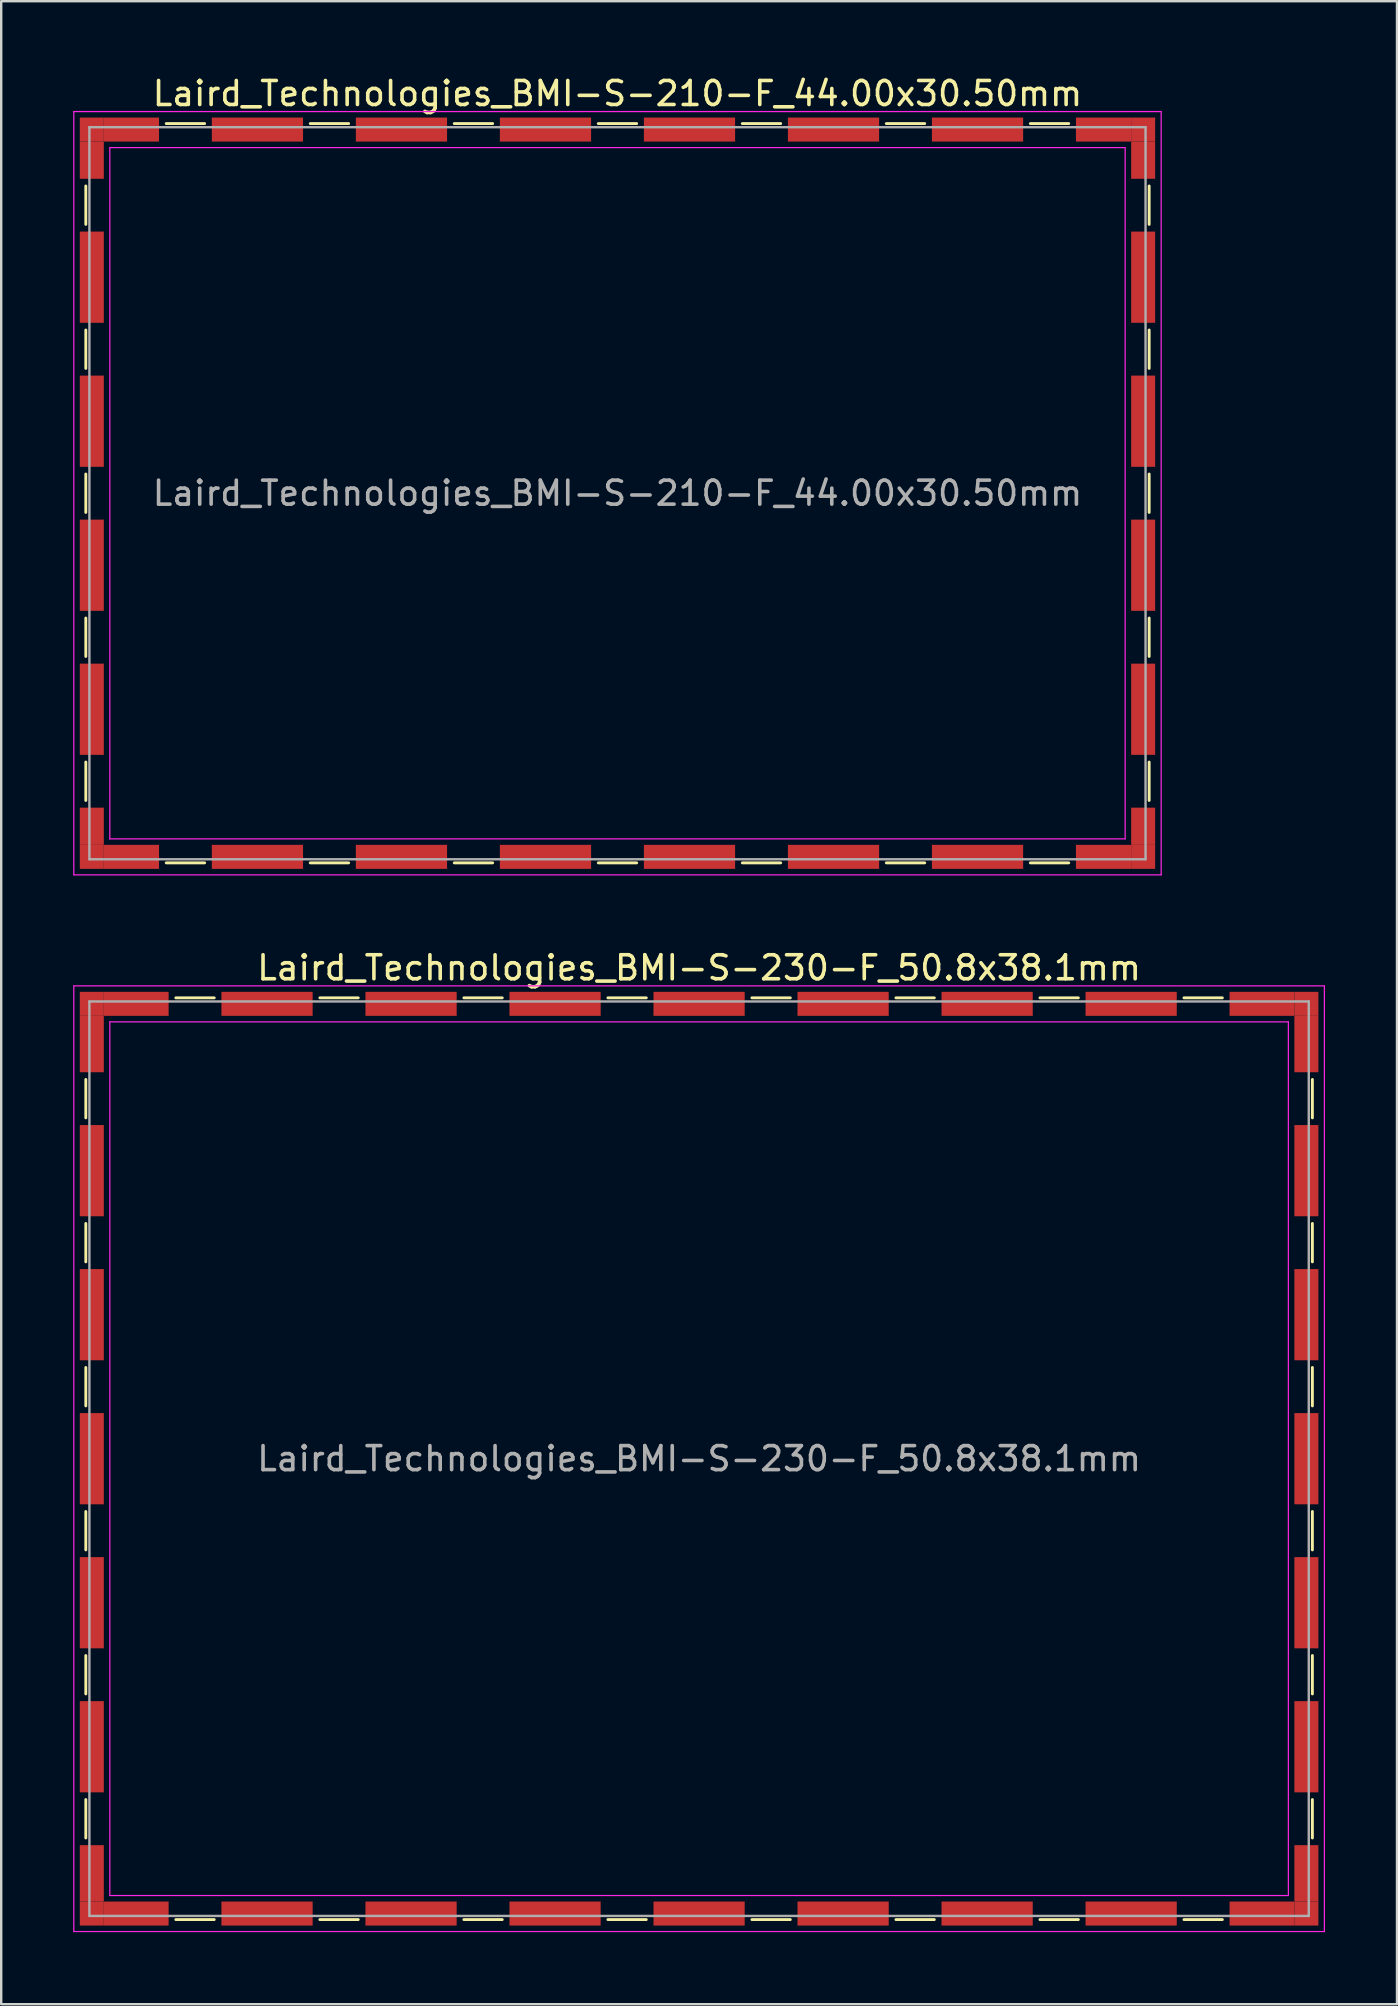
<source format=kicad_pcb>
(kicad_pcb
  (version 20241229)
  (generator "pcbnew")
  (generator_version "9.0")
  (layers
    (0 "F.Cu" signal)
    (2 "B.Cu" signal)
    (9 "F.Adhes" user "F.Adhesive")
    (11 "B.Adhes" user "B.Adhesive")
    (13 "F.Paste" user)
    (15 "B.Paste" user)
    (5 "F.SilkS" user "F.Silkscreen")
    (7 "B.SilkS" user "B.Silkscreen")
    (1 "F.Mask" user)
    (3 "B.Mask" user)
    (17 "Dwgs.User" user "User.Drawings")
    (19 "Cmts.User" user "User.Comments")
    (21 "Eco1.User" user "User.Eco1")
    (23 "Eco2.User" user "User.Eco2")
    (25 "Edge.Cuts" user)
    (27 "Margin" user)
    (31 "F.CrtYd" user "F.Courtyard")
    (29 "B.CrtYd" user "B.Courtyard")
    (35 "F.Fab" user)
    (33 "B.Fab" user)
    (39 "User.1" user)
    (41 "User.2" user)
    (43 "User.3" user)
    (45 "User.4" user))
  (footprint "Laird_Technologies_BMI-S-230-F_50.8x38.1mm"
    (layer "F.Cu")
    (at 26.075 57.721)
    (property "Reference" "Laird_Technologies_BMI-S-230-F_50.8x38.1mm" (at 0 -20.45 0) (layer "F.SilkS") (effects (font (size 1 1) (thickness 0.15))))
    (attr smd)
    (fp_line (start -25.55 -15.8) (end -25.55 -14.2) (stroke (width 0.12) (type solid)) (layer "F.SilkS"))
    (fp_line (start -25.55 -9.8) (end -25.55 -8.2) (stroke (width 0.12) (type solid)) (layer "F.SilkS"))
    (fp_line (start -25.55 -3.8) (end -25.55 -2.2) (stroke (width 0.12) (type solid)) (layer "F.SilkS"))
    (fp_line (start -25.55 2.2) (end -25.55 3.8) (stroke (width 0.12) (type solid)) (layer "F.SilkS"))
    (fp_line (start -25.55 8.2) (end -25.55 9.8) (stroke (width 0.12) (type solid)) (layer "F.SilkS"))
    (fp_line (start -25.55 14.2) (end -25.55 15.8) (stroke (width 0.12) (type solid)) (layer "F.SilkS"))
    (fp_line (start -21.8 -19.2) (end -20.2 -19.2) (stroke (width 0.12) (type solid)) (layer "F.SilkS"))
    (fp_line (start -21.8 19.2) (end -20.2 19.2) (stroke (width 0.12) (type solid)) (layer "F.SilkS"))
    (fp_line (start -15.8 -19.2) (end -14.2 -19.2) (stroke (width 0.12) (type solid)) (layer "F.SilkS"))
    (fp_line (start -15.8 19.2) (end -14.2 19.2) (stroke (width 0.12) (type solid)) (layer "F.SilkS"))
    (fp_line (start -9.8 -19.2) (end -8.2 -19.2) (stroke (width 0.12) (type solid)) (layer "F.SilkS"))
    (fp_line (start -9.8 19.2) (end -8.2 19.2) (stroke (width 0.12) (type solid)) (layer "F.SilkS"))
    (fp_line (start -3.8 -19.2) (end -2.2 -19.2) (stroke (width 0.12) (type solid)) (layer "F.SilkS"))
    (fp_line (start -3.8 19.2) (end -2.2 19.2) (stroke (width 0.12) (type solid)) (layer "F.SilkS"))
    (fp_line (start 2.2 -19.2) (end 3.8 -19.2) (stroke (width 0.12) (type solid)) (layer "F.SilkS"))
    (fp_line (start 2.2 19.2) (end 3.8 19.2) (stroke (width 0.12) (type solid)) (layer "F.SilkS"))
    (fp_line (start 8.2 -19.2) (end 9.8 -19.2) (stroke (width 0.12) (type solid)) (layer "F.SilkS"))
    (fp_line (start 8.2 19.2) (end 9.8 19.2) (stroke (width 0.12) (type solid)) (layer "F.SilkS"))
    (fp_line (start 14.2 -19.2) (end 15.8 -19.2) (stroke (width 0.12) (type solid)) (layer "F.SilkS"))
    (fp_line (start 14.2 19.2) (end 15.8 19.2) (stroke (width 0.12) (type solid)) (layer "F.SilkS"))
    (fp_line (start 20.2 -19.2) (end 21.8 -19.2) (stroke (width 0.12) (type solid)) (layer "F.SilkS"))
    (fp_line (start 20.2 19.2) (end 21.8 19.2) (stroke (width 0.12) (type solid)) (layer "F.SilkS"))
    (fp_line (start 25.55 -15.8) (end 25.55 -14.2) (stroke (width 0.12) (type solid)) (layer "F.SilkS"))
    (fp_line (start 25.55 -9.8) (end 25.55 -8.2) (stroke (width 0.12) (type solid)) (layer "F.SilkS"))
    (fp_line (start 25.55 -3.8) (end 25.55 -2.2) (stroke (width 0.12) (type solid)) (layer "F.SilkS"))
    (fp_line (start 25.55 2.2) (end 25.55 3.8) (stroke (width 0.12) (type solid)) (layer "F.SilkS"))
    (fp_line (start 25.55 8.2) (end 25.55 9.8) (stroke (width 0.12) (type solid)) (layer "F.SilkS"))
    (fp_line (start 25.55 14.2) (end 25.55 15.8) (stroke (width 0.12) (type solid)) (layer "F.SilkS"))
    (fp_line (start -26.05 -19.7) (end -26.05 19.7) (stroke (width 0.05) (type solid)) (layer "F.CrtYd"))
    (fp_line (start -26.05 19.7) (end 26.05 19.7) (stroke (width 0.05) (type solid)) (layer "F.CrtYd"))
    (fp_line (start -24.55 -18.2) (end -24.55 18.2) (stroke (width 0.05) (type solid)) (layer "F.CrtYd"))
    (fp_line (start -24.55 18.2) (end 24.55 18.2) (stroke (width 0.05) (type solid)) (layer "F.CrtYd"))
    (fp_line (start 24.55 -18.2) (end -24.55 -18.2) (stroke (width 0.05) (type solid)) (layer "F.CrtYd"))
    (fp_line (start 24.55 18.2) (end 24.55 -18.2) (stroke (width 0.05) (type solid)) (layer "F.CrtYd"))
    (fp_line (start 26.05 -19.7) (end -26.05 -19.7) (stroke (width 0.05) (type solid)) (layer "F.CrtYd"))
    (fp_line (start 26.05 19.7) (end 26.05 -19.7) (stroke (width 0.05) (type solid)) (layer "F.CrtYd"))
    (fp_line (start -25.4 -19.05) (end -25.4 19.05) (stroke (width 0.1) (type solid)) (layer "F.Fab"))
    (fp_line (start -25.4 19.05) (end 25.4 19.05) (stroke (width 0.1) (type solid)) (layer "F.Fab"))
    (fp_line (start 25.4 -19.05) (end -25.4 -19.05) (stroke (width 0.1) (type solid)) (layer "F.Fab"))
    (fp_line (start 25.4 19.05) (end 25.4 -19.05) (stroke (width 0.1) (type solid)) (layer "F.Fab"))
    (fp_text user "${REFERENCE}" (at 0 0 0) (layer "F.Fab") (effects (font (size 1 1) (thickness 0.15))))
    (pad "1" smd rect (at -25.3 -18.95) (size 1 1) (layers "F.Cu" "F.Mask" "F.Paste"))
    (pad "1" smd rect (at -25.3 -17.275) (size 1 2.35) (layers "F.Cu" "F.Mask" "F.Paste"))
    (pad "1" smd rect (at -25.3 -12) (size 1 3.8) (layers "F.Cu" "F.Mask" "F.Paste"))
    (pad "1" smd rect (at -25.3 -6) (size 1 3.8) (layers "F.Cu" "F.Mask" "F.Paste"))
    (pad "1" smd rect (at -25.3 0) (size 1 3.8) (layers "F.Cu" "F.Mask" "F.Paste"))
    (pad "1" smd rect (at -25.3 6) (size 1 3.8) (layers "F.Cu" "F.Mask" "F.Paste"))
    (pad "1" smd rect (at -25.3 12) (size 1 3.8) (layers "F.Cu" "F.Mask" "F.Paste"))
    (pad "1" smd rect (at -25.3 17.275) (size 1 2.35) (layers "F.Cu" "F.Mask" "F.Paste"))
    (pad "1" smd rect (at -25.3 18.95) (size 1 1) (layers "F.Cu" "F.Mask" "F.Paste"))
    (pad "1" smd rect (at -23.45 -18.95) (size 2.7 1) (layers "F.Cu" "F.Mask" "F.Paste"))
    (pad "1" smd rect (at -23.45 18.95) (size 2.7 1) (layers "F.Cu" "F.Mask" "F.Paste"))
    (pad "1" smd rect (at -18 -18.95) (size 3.8 1) (layers "F.Cu" "F.Mask" "F.Paste"))
    (pad "1" smd rect (at -18 18.95) (size 3.8 1) (layers "F.Cu" "F.Mask" "F.Paste"))
    (pad "1" smd rect (at -12 -18.95) (size 3.8 1) (layers "F.Cu" "F.Mask" "F.Paste"))
    (pad "1" smd rect (at -12 18.95) (size 3.8 1) (layers "F.Cu" "F.Mask" "F.Paste"))
    (pad "1" smd rect (at -6 -18.95) (size 3.8 1) (layers "F.Cu" "F.Mask" "F.Paste"))
    (pad "1" smd rect (at -6 18.95) (size 3.8 1) (layers "F.Cu" "F.Mask" "F.Paste"))
    (pad "1" smd rect (at 0 -18.95) (size 3.8 1) (layers "F.Cu" "F.Mask" "F.Paste"))
    (pad "1" smd rect (at 0 18.95) (size 3.8 1) (layers "F.Cu" "F.Mask" "F.Paste"))
    (pad "1" smd rect (at 6 -18.95) (size 3.8 1) (layers "F.Cu" "F.Mask" "F.Paste"))
    (pad "1" smd rect (at 6 18.95) (size 3.8 1) (layers "F.Cu" "F.Mask" "F.Paste"))
    (pad "1" smd rect (at 12 -18.95) (size 3.8 1) (layers "F.Cu" "F.Mask" "F.Paste"))
    (pad "1" smd rect (at 12 18.95) (size 3.8 1) (layers "F.Cu" "F.Mask" "F.Paste"))
    (pad "1" smd rect (at 18 -18.95) (size 3.8 1) (layers "F.Cu" "F.Mask" "F.Paste"))
    (pad "1" smd rect (at 18 18.95) (size 3.8 1) (layers "F.Cu" "F.Mask" "F.Paste"))
    (pad "1" smd rect (at 23.45 -18.95) (size 2.7 1) (layers "F.Cu" "F.Mask" "F.Paste"))
    (pad "1" smd rect (at 23.45 18.95) (size 2.7 1) (layers "F.Cu" "F.Mask" "F.Paste"))
    (pad "1" smd rect (at 25.3 -18.95) (size 1 1) (layers "F.Cu" "F.Mask" "F.Paste"))
    (pad "1" smd rect (at 25.3 -17.275) (size 1 2.35) (layers "F.Cu" "F.Mask" "F.Paste"))
    (pad "1" smd rect (at 25.3 -12) (size 1 3.8) (layers "F.Cu" "F.Mask" "F.Paste"))
    (pad "1" smd rect (at 25.3 -6) (size 1 3.8) (layers "F.Cu" "F.Mask" "F.Paste"))
    (pad "1" smd rect (at 25.3 0) (size 1 3.8) (layers "F.Cu" "F.Mask" "F.Paste"))
    (pad "1" smd rect (at 25.3 6) (size 1 3.8) (layers "F.Cu" "F.Mask" "F.Paste"))
    (pad "1" smd rect (at 25.3 12) (size 1 3.8) (layers "F.Cu" "F.Mask" "F.Paste"))
    (pad "1" smd rect (at 25.3 17.275) (size 1 2.35) (layers "F.Cu" "F.Mask" "F.Paste"))
    (pad "1" smd rect (at 25.3 18.95) (size 1 1) (layers "F.Cu" "F.Mask" "F.Paste")))
  (footprint "Laird_Technologies_BMI-S-210-F_44.00x30.50mm"
    (layer "F.Cu")
    (at 22.675 17.498)
    (property "Reference" "Laird_Technologies_BMI-S-210-F_44.00x30.50mm" (at 0 -16.65 0) (layer "F.SilkS") (effects (font (size 1 1) (thickness 0.15))))
    (attr smd)
    (fp_line (start -22.15 -12.8) (end -22.15 -11.2) (stroke (width 0.12) (type solid)) (layer "F.SilkS"))
    (fp_line (start -22.15 -6.8) (end -22.15 -5.2) (stroke (width 0.12) (type solid)) (layer "F.SilkS"))
    (fp_line (start -22.15 -0.8) (end -22.15 0.8) (stroke (width 0.12) (type solid)) (layer "F.SilkS"))
    (fp_line (start -22.15 5.2) (end -22.15 6.8) (stroke (width 0.12) (type solid)) (layer "F.SilkS"))
    (fp_line (start -22.15 11.2) (end -22.15 12.8) (stroke (width 0.12) (type solid)) (layer "F.SilkS"))
    (fp_line (start -18.8 -15.4) (end -17.2 -15.4) (stroke (width 0.12) (type solid)) (layer "F.SilkS"))
    (fp_line (start -18.8 15.4) (end -17.2 15.4) (stroke (width 0.12) (type solid)) (layer "F.SilkS"))
    (fp_line (start -12.8 -15.4) (end -11.2 -15.4) (stroke (width 0.12) (type solid)) (layer "F.SilkS"))
    (fp_line (start -12.8 15.4) (end -11.2 15.4) (stroke (width 0.12) (type solid)) (layer "F.SilkS"))
    (fp_line (start -6.8 -15.4) (end -5.2 -15.4) (stroke (width 0.12) (type solid)) (layer "F.SilkS"))
    (fp_line (start -6.8 15.4) (end -5.2 15.4) (stroke (width 0.12) (type solid)) (layer "F.SilkS"))
    (fp_line (start -0.8 -15.4) (end 0.8 -15.4) (stroke (width 0.12) (type solid)) (layer "F.SilkS"))
    (fp_line (start -0.8 15.4) (end 0.8 15.4) (stroke (width 0.12) (type solid)) (layer "F.SilkS"))
    (fp_line (start 5.2 -15.4) (end 6.8 -15.4) (stroke (width 0.12) (type solid)) (layer "F.SilkS"))
    (fp_line (start 5.2 15.4) (end 6.8 15.4) (stroke (width 0.12) (type solid)) (layer "F.SilkS"))
    (fp_line (start 11.2 -15.4) (end 12.8 -15.4) (stroke (width 0.12) (type solid)) (layer "F.SilkS"))
    (fp_line (start 11.2 15.4) (end 12.8 15.4) (stroke (width 0.12) (type solid)) (layer "F.SilkS"))
    (fp_line (start 17.2 -15.4) (end 18.8 -15.4) (stroke (width 0.12) (type solid)) (layer "F.SilkS"))
    (fp_line (start 17.2 15.4) (end 18.8 15.4) (stroke (width 0.12) (type solid)) (layer "F.SilkS"))
    (fp_line (start 22.15 -12.8) (end 22.15 -11.2) (stroke (width 0.12) (type solid)) (layer "F.SilkS"))
    (fp_line (start 22.15 -6.8) (end 22.15 -5.2) (stroke (width 0.12) (type solid)) (layer "F.SilkS"))
    (fp_line (start 22.15 -0.8) (end 22.15 0.8) (stroke (width 0.12) (type solid)) (layer "F.SilkS"))
    (fp_line (start 22.15 5.2) (end 22.15 6.8) (stroke (width 0.12) (type solid)) (layer "F.SilkS"))
    (fp_line (start 22.15 11.2) (end 22.15 12.8) (stroke (width 0.12) (type solid)) (layer "F.SilkS"))
    (fp_line (start -22.65 -15.9) (end -22.65 15.9) (stroke (width 0.05) (type solid)) (layer "F.CrtYd"))
    (fp_line (start -22.65 15.9) (end 22.65 15.9) (stroke (width 0.05) (type solid)) (layer "F.CrtYd"))
    (fp_line (start -21.15 -14.4) (end -21.15 14.4) (stroke (width 0.05) (type solid)) (layer "F.CrtYd"))
    (fp_line (start 21.15 -14.4) (end -21.15 -14.4) (stroke (width 0.05) (type solid)) (layer "F.CrtYd"))
    (fp_line (start 21.15 -14.4) (end 21.15 14.4) (stroke (width 0.05) (type solid)) (layer "F.CrtYd"))
    (fp_line (start 21.15 14.4) (end -21.15 14.4) (stroke (width 0.05) (type solid)) (layer "F.CrtYd"))
    (fp_line (start 22.65 -15.9) (end -22.65 -15.9) (stroke (width 0.05) (type solid)) (layer "F.CrtYd"))
    (fp_line (start 22.65 15.9) (end 22.65 -15.9) (stroke (width 0.05) (type solid)) (layer "F.CrtYd"))
    (fp_line (start -22 -15.25) (end -22 15.25) (stroke (width 0.1) (type solid)) (layer "F.Fab"))
    (fp_line (start -22 15.25) (end 22 15.25) (stroke (width 0.1) (type solid)) (layer "F.Fab"))
    (fp_line (start 22 -15.25) (end -22 -15.25) (stroke (width 0.1) (type solid)) (layer "F.Fab"))
    (fp_line (start 22 15.25) (end 22 -15.25) (stroke (width 0.1) (type solid)) (layer "F.Fab"))
    (fp_text user "${REFERENCE}" (at 0 0 0) (layer "F.Fab") (effects (font (size 1 1) (thickness 0.15))))
    (pad "1" smd rect (at -21.9 -15.15) (size 1 1) (layers "F.Cu" "F.Mask" "F.Paste"))
    (pad "1" smd rect (at -21.9 -13.875) (size 1 1.55) (layers "F.Cu" "F.Mask" "F.Paste"))
    (pad "1" smd rect (at -21.9 -9) (size 1 3.8) (layers "F.Cu" "F.Mask" "F.Paste"))
    (pad "1" smd rect (at -21.9 -3) (size 1 3.8) (layers "F.Cu" "F.Mask" "F.Paste"))
    (pad "1" smd rect (at -21.9 3) (size 1 3.8) (layers "F.Cu" "F.Mask" "F.Paste"))
    (pad "1" smd rect (at -21.9 9) (size 1 3.8) (layers "F.Cu" "F.Mask" "F.Paste"))
    (pad "1" smd rect (at -21.9 13.875) (size 1 1.55) (layers "F.Cu" "F.Mask" "F.Paste"))
    (pad "1" smd rect (at -21.9 15.15) (size 1 1) (layers "F.Cu" "F.Mask" "F.Paste"))
    (pad "1" smd rect (at -20.25 -15.15) (size 2.3 1) (layers "F.Cu" "F.Mask" "F.Paste"))
    (pad "1" smd rect (at -20.25 15.15) (size 2.3 1) (layers "F.Cu" "F.Mask" "F.Paste"))
    (pad "1" smd rect (at -15 -15.15) (size 3.8 1) (layers "F.Cu" "F.Mask" "F.Paste"))
    (pad "1" smd rect (at -15 15.15) (size 3.8 1) (layers "F.Cu" "F.Mask" "F.Paste"))
    (pad "1" smd rect (at -9 -15.15) (size 3.8 1) (layers "F.Cu" "F.Mask" "F.Paste"))
    (pad "1" smd rect (at -9 15.15) (size 3.8 1) (layers "F.Cu" "F.Mask" "F.Paste"))
    (pad "1" smd rect (at -3 -15.15) (size 3.8 1) (layers "F.Cu" "F.Mask" "F.Paste"))
    (pad "1" smd rect (at -3 15.15) (size 3.8 1) (layers "F.Cu" "F.Mask" "F.Paste"))
    (pad "1" smd rect (at 3 -15.15) (size 3.8 1) (layers "F.Cu" "F.Mask" "F.Paste"))
    (pad "1" smd rect (at 3 15.15) (size 3.8 1) (layers "F.Cu" "F.Mask" "F.Paste"))
    (pad "1" smd rect (at 9 -15.15) (size 3.8 1) (layers "F.Cu" "F.Mask" "F.Paste"))
    (pad "1" smd rect (at 9 15.15) (size 3.8 1) (layers "F.Cu" "F.Mask" "F.Paste"))
    (pad "1" smd rect (at 15 -15.15) (size 3.8 1) (layers "F.Cu" "F.Mask" "F.Paste"))
    (pad "1" smd rect (at 15 15.15) (size 3.8 1) (layers "F.Cu" "F.Mask" "F.Paste"))
    (pad "1" smd rect (at 20.25 -15.15) (size 2.3 1) (layers "F.Cu" "F.Mask" "F.Paste"))
    (pad "1" smd rect (at 20.25 15.15) (size 2.3 1) (layers "F.Cu" "F.Mask" "F.Paste"))
    (pad "1" smd rect (at 21.9 -15.15) (size 1 1) (layers "F.Cu" "F.Mask" "F.Paste"))
    (pad "1" smd rect (at 21.9 -13.875) (size 1 1.55) (layers "F.Cu" "F.Mask" "F.Paste"))
    (pad "1" smd rect (at 21.9 -9) (size 1 3.8) (layers "F.Cu" "F.Mask" "F.Paste"))
    (pad "1" smd rect (at 21.9 -3) (size 1 3.8) (layers "F.Cu" "F.Mask" "F.Paste"))
    (pad "1" smd rect (at 21.9 3) (size 1 3.8) (layers "F.Cu" "F.Mask" "F.Paste"))
    (pad "1" smd rect (at 21.9 9) (size 1 3.8) (layers "F.Cu" "F.Mask" "F.Paste"))
    (pad "1" smd rect (at 21.9 13.875) (size 1 1.55) (layers "F.Cu" "F.Mask" "F.Paste"))
    (pad "1" smd rect (at 21.9 15.15) (size 1 1) (layers "F.Cu" "F.Mask" "F.Paste")))
  (gr_rect
    (start -3 -3)
    (end 55.15 80.447)
    (stroke (width 0.1) (type default))
    (fill no)
    (layer "Edge.Cuts")))
</source>
